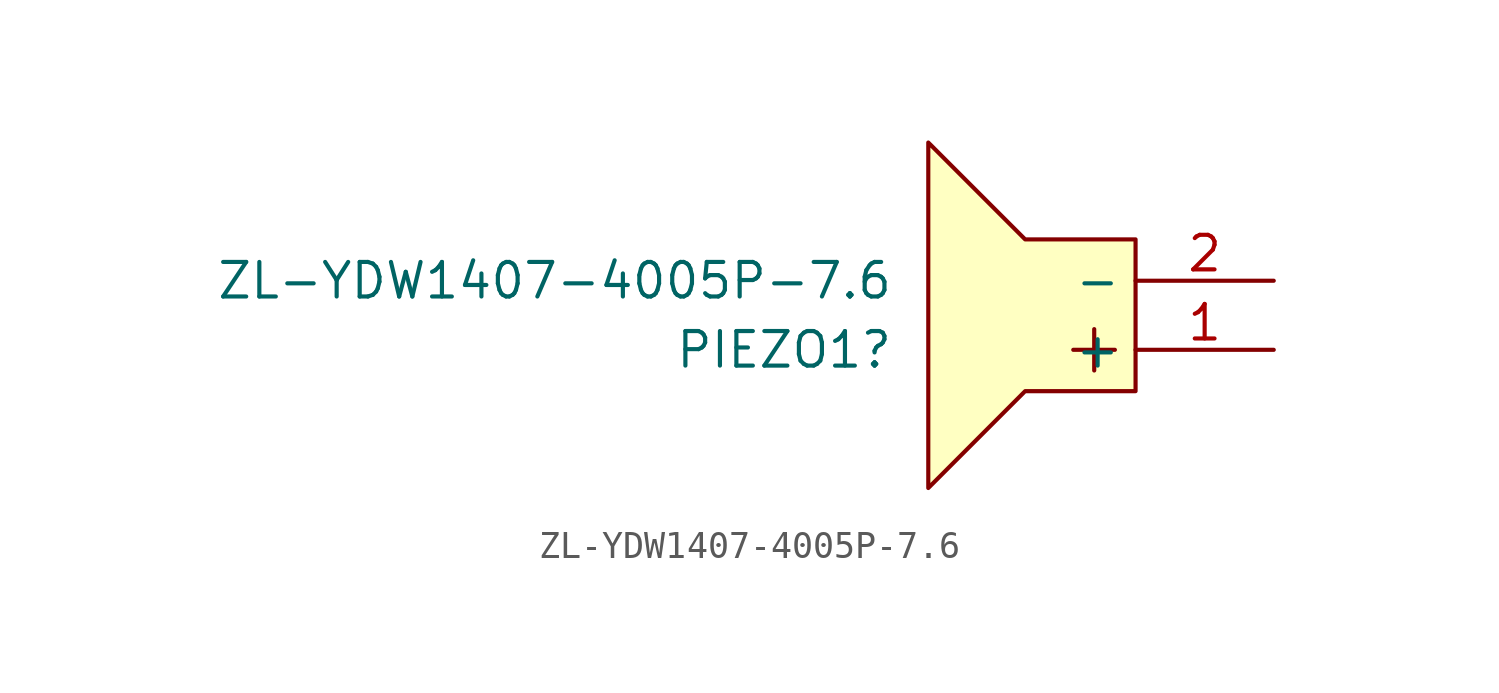
<source format=kicad_sym>
(kicad_symbol_lib
  (version 20231120)
  (generator "kicad_symbol_editor")
  (generator_version "8.0")
  (symbol "ZL-YDW1407-4005P-7.6"
    (property "Reference" "PIEZO1"
      (at -8.89 -0.0001 0)
      (effects (font (size 1.27 1.27)) (justify right)))
    (property "Value" "ZL-YDW1407-4005P-7.6"
      (at -8.89 2.54 0)
      (effects (font (size 1.27 1.27)) (justify right)))
    (symbol "ZL-YDW1407-4005P-7.6_0_1"
      (polyline (pts (xy -2.29 0) (xy -0.76 0)) (stroke (width 0) (type default)) (fill (type none)))
      (polyline (pts (xy -1.52 0.76) (xy -1.52 -0.76)) (stroke (width 0) (type default)) (fill (type none)))
      (polyline (pts (xy -4.06 4.06) (xy 0 4.06) (xy 0 -1.52) (xy -4.06 -1.52) (xy -7.62 -5.08) (xy -7.62 7.62) (xy -4.06 4.06)) (stroke (width 0) (type default)) (fill (type background))))
    (symbol "ZL-YDW1407-4005P-7.6_1_1"
      (pin passive line (at 5.08 0 180) (length 5.08) (name "+" (effects (font (size 1.27 1.27)))) (number "1" (effects (font (size 1.27 1.27)))))
      (pin passive line (at 5.08 2.54 180) (length 5.08) (name "-" (effects (font (size 1.27 1.27)))) (number "2" (effects (font (size 1.27 1.27))))))))
</source>
